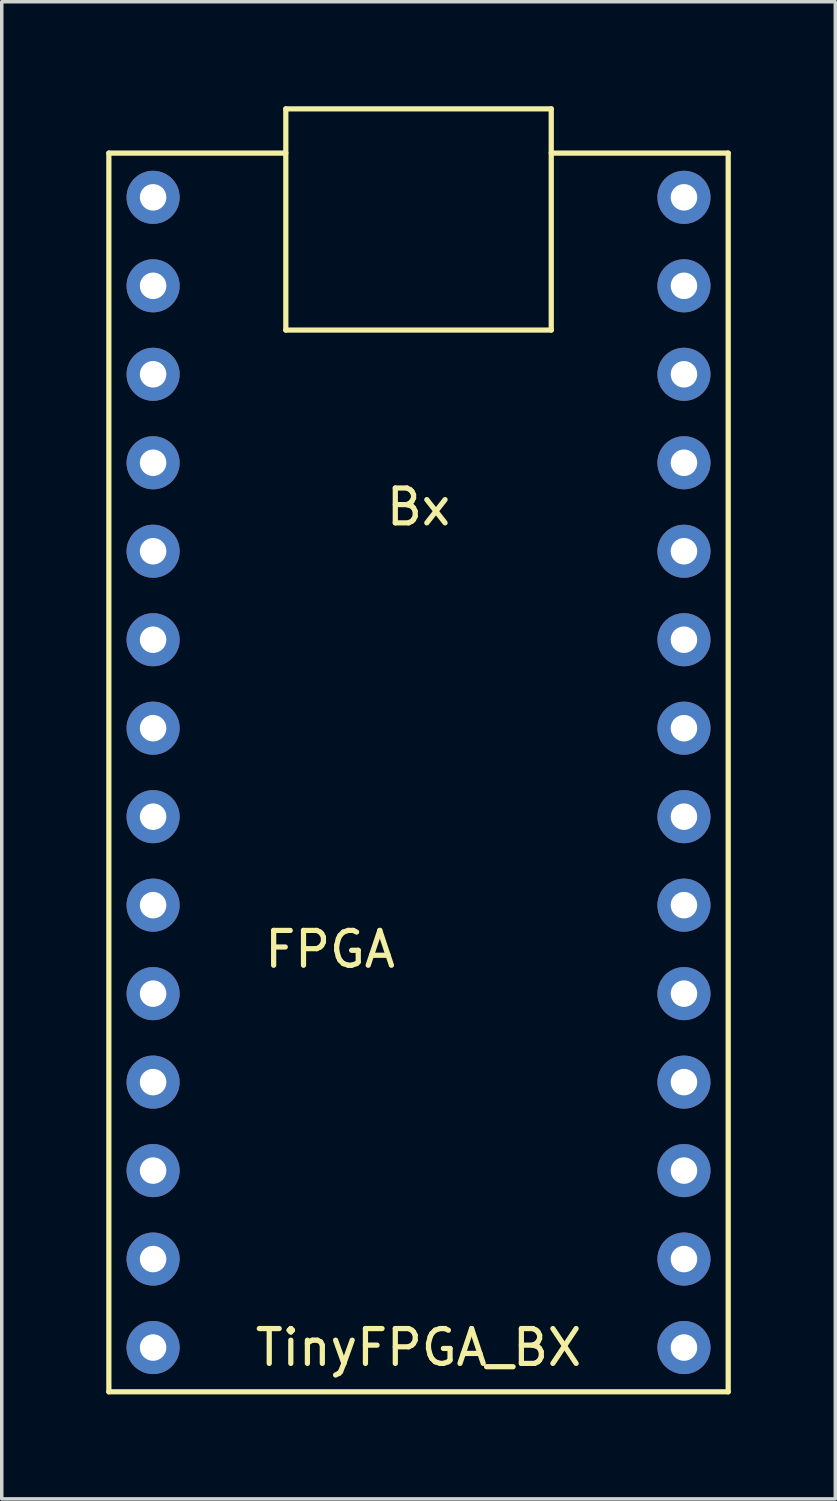
<source format=kicad_pcb>
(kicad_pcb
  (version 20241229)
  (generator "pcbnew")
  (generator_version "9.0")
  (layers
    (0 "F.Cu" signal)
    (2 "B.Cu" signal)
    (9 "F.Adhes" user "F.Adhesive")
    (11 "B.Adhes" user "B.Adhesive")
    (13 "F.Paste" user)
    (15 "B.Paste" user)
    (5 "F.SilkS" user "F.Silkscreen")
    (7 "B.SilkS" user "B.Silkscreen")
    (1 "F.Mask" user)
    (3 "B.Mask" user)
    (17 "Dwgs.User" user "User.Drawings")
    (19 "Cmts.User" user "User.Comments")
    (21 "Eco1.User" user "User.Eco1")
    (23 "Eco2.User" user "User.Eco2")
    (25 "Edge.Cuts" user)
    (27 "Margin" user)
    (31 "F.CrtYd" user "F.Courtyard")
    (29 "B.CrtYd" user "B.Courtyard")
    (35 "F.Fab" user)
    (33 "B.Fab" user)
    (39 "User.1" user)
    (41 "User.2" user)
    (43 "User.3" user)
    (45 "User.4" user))
  (footprint "TinyFPGA_BX"
    (layer "F.Cu")
    (at 8.965 20.395)
    (property "Reference" "TinyFPGA_BX" (at 0 15.24 0) (layer "F.SilkS") (effects (font (size 1 1) (thickness 0.15))))
    (attr through_hole)
    (fp_line (start -8.89 -19.05) (end -3.81 -19.05) (stroke (width 0.15) (type solid)) (layer "F.SilkS"))
    (fp_line (start -8.89 16.51) (end -8.89 -19.05) (stroke (width 0.15) (type solid)) (layer "F.SilkS"))
    (fp_line (start -3.81 -20.32) (end 3.81 -20.32) (stroke (width 0.15) (type solid)) (layer "F.SilkS"))
    (fp_line (start -3.81 -13.97) (end -3.81 -20.32) (stroke (width 0.15) (type solid)) (layer "F.SilkS"))
    (fp_line (start 3.81 -20.32) (end 3.81 -13.97) (stroke (width 0.15) (type solid)) (layer "F.SilkS"))
    (fp_line (start 3.81 -19.05) (end 8.89 -19.05) (stroke (width 0.15) (type solid)) (layer "F.SilkS"))
    (fp_line (start 3.81 -13.97) (end -3.81 -13.97) (stroke (width 0.15) (type solid)) (layer "F.SilkS"))
    (fp_line (start 8.89 -19.05) (end 8.89 16.51) (stroke (width 0.15) (type solid)) (layer "F.SilkS"))
    (fp_line (start 8.89 16.51) (end -8.89 16.51) (stroke (width 0.15) (type solid)) (layer "F.SilkS"))
    (fp_text user "FPGA" (at -2.54 3.81 0) (layer "F.SilkS") (effects (font (size 1 1) (thickness 0.15))))
    (fp_text user "Bx" (at 0 -8.89 0) (layer "F.SilkS") (effects (font (size 1 1) (thickness 0.15))))
    (pad "1" thru_hole circle (at -7.62 -17.78) (size 1.524 1.524) (drill 0.762) (layers "*.Cu" "*.Mask"))
    (pad "2" thru_hole circle (at -7.62 -15.24) (size 1.524 1.524) (drill 0.762) (layers "*.Cu" "*.Mask"))
    (pad "3" thru_hole circle (at -7.62 -12.7) (size 1.524 1.524) (drill 0.762) (layers "*.Cu" "*.Mask"))
    (pad "4" thru_hole circle (at -7.62 -10.16) (size 1.524 1.524) (drill 0.762) (layers "*.Cu" "*.Mask"))
    (pad "5" thru_hole circle (at -7.62 -7.62) (size 1.524 1.524) (drill 0.762) (layers "*.Cu" "*.Mask"))
    (pad "6" thru_hole circle (at -7.62 -5.08) (size 1.524 1.524) (drill 0.762) (layers "*.Cu" "*.Mask"))
    (pad "7" thru_hole circle (at -7.62 -2.54) (size 1.524 1.524) (drill 0.762) (layers "*.Cu" "*.Mask"))
    (pad "8" thru_hole circle (at -7.62 0) (size 1.524 1.524) (drill 0.762) (layers "*.Cu" "*.Mask"))
    (pad "9" thru_hole circle (at -7.62 2.54) (size 1.524 1.524) (drill 0.762) (layers "*.Cu" "*.Mask"))
    (pad "10" thru_hole circle (at -7.62 5.08) (size 1.524 1.524) (drill 0.762) (layers "*.Cu" "*.Mask"))
    (pad "11" thru_hole circle (at -7.62 7.62) (size 1.524 1.524) (drill 0.762) (layers "*.Cu" "*.Mask"))
    (pad "12" thru_hole circle (at -7.62 10.16) (size 1.524 1.524) (drill 0.762) (layers "*.Cu" "*.Mask"))
    (pad "13" thru_hole circle (at -7.62 12.7) (size 1.524 1.524) (drill 0.762) (layers "*.Cu" "*.Mask"))
    (pad "14" thru_hole circle (at -7.62 15.24) (size 1.524 1.524) (drill 0.762) (layers "*.Cu" "*.Mask"))
    (pad "15" thru_hole circle (at 7.62 15.24) (size 1.524 1.524) (drill 0.762) (layers "*.Cu" "*.Mask"))
    (pad "16" thru_hole circle (at 7.62 12.7) (size 1.524 1.524) (drill 0.762) (layers "*.Cu" "*.Mask"))
    (pad "17" thru_hole circle (at 7.62 10.16) (size 1.524 1.524) (drill 0.762) (layers "*.Cu" "*.Mask"))
    (pad "18" thru_hole circle (at 7.62 7.62) (size 1.524 1.524) (drill 0.762) (layers "*.Cu" "*.Mask"))
    (pad "19" thru_hole circle (at 7.62 5.08) (size 1.524 1.524) (drill 0.762) (layers "*.Cu" "*.Mask"))
    (pad "20" thru_hole circle (at 7.62 2.54) (size 1.524 1.524) (drill 0.762) (layers "*.Cu" "*.Mask"))
    (pad "21" thru_hole circle (at 7.62 0) (size 1.524 1.524) (drill 0.762) (layers "*.Cu" "*.Mask"))
    (pad "22" thru_hole circle (at 7.62 -2.54) (size 1.524 1.524) (drill 0.762) (layers "*.Cu" "*.Mask"))
    (pad "23" thru_hole circle (at 7.62 -5.08) (size 1.524 1.524) (drill 0.762) (layers "*.Cu" "*.Mask"))
    (pad "24" thru_hole circle (at 7.62 -7.62) (size 1.524 1.524) (drill 0.762) (layers "*.Cu" "*.Mask"))
    (pad "25" thru_hole circle (at 7.62 -10.16) (size 1.524 1.524) (drill 0.762) (layers "*.Cu" "*.Mask"))
    (pad "26" thru_hole circle (at 7.62 -12.7) (size 1.524 1.524) (drill 0.762) (layers "*.Cu" "*.Mask"))
    (pad "27" thru_hole circle (at 7.62 -15.24) (size 1.524 1.524) (drill 0.762) (layers "*.Cu" "*.Mask"))
    (pad "28" thru_hole circle (at 7.62 -17.78) (size 1.524 1.524) (drill 0.762) (layers "*.Cu" "*.Mask")))
  (gr_rect
    (start -3 -3)
    (end 20.93 39.98)
    (stroke (width 0.1) (type default))
    (fill no)
    (layer "Edge.Cuts")))
</source>
